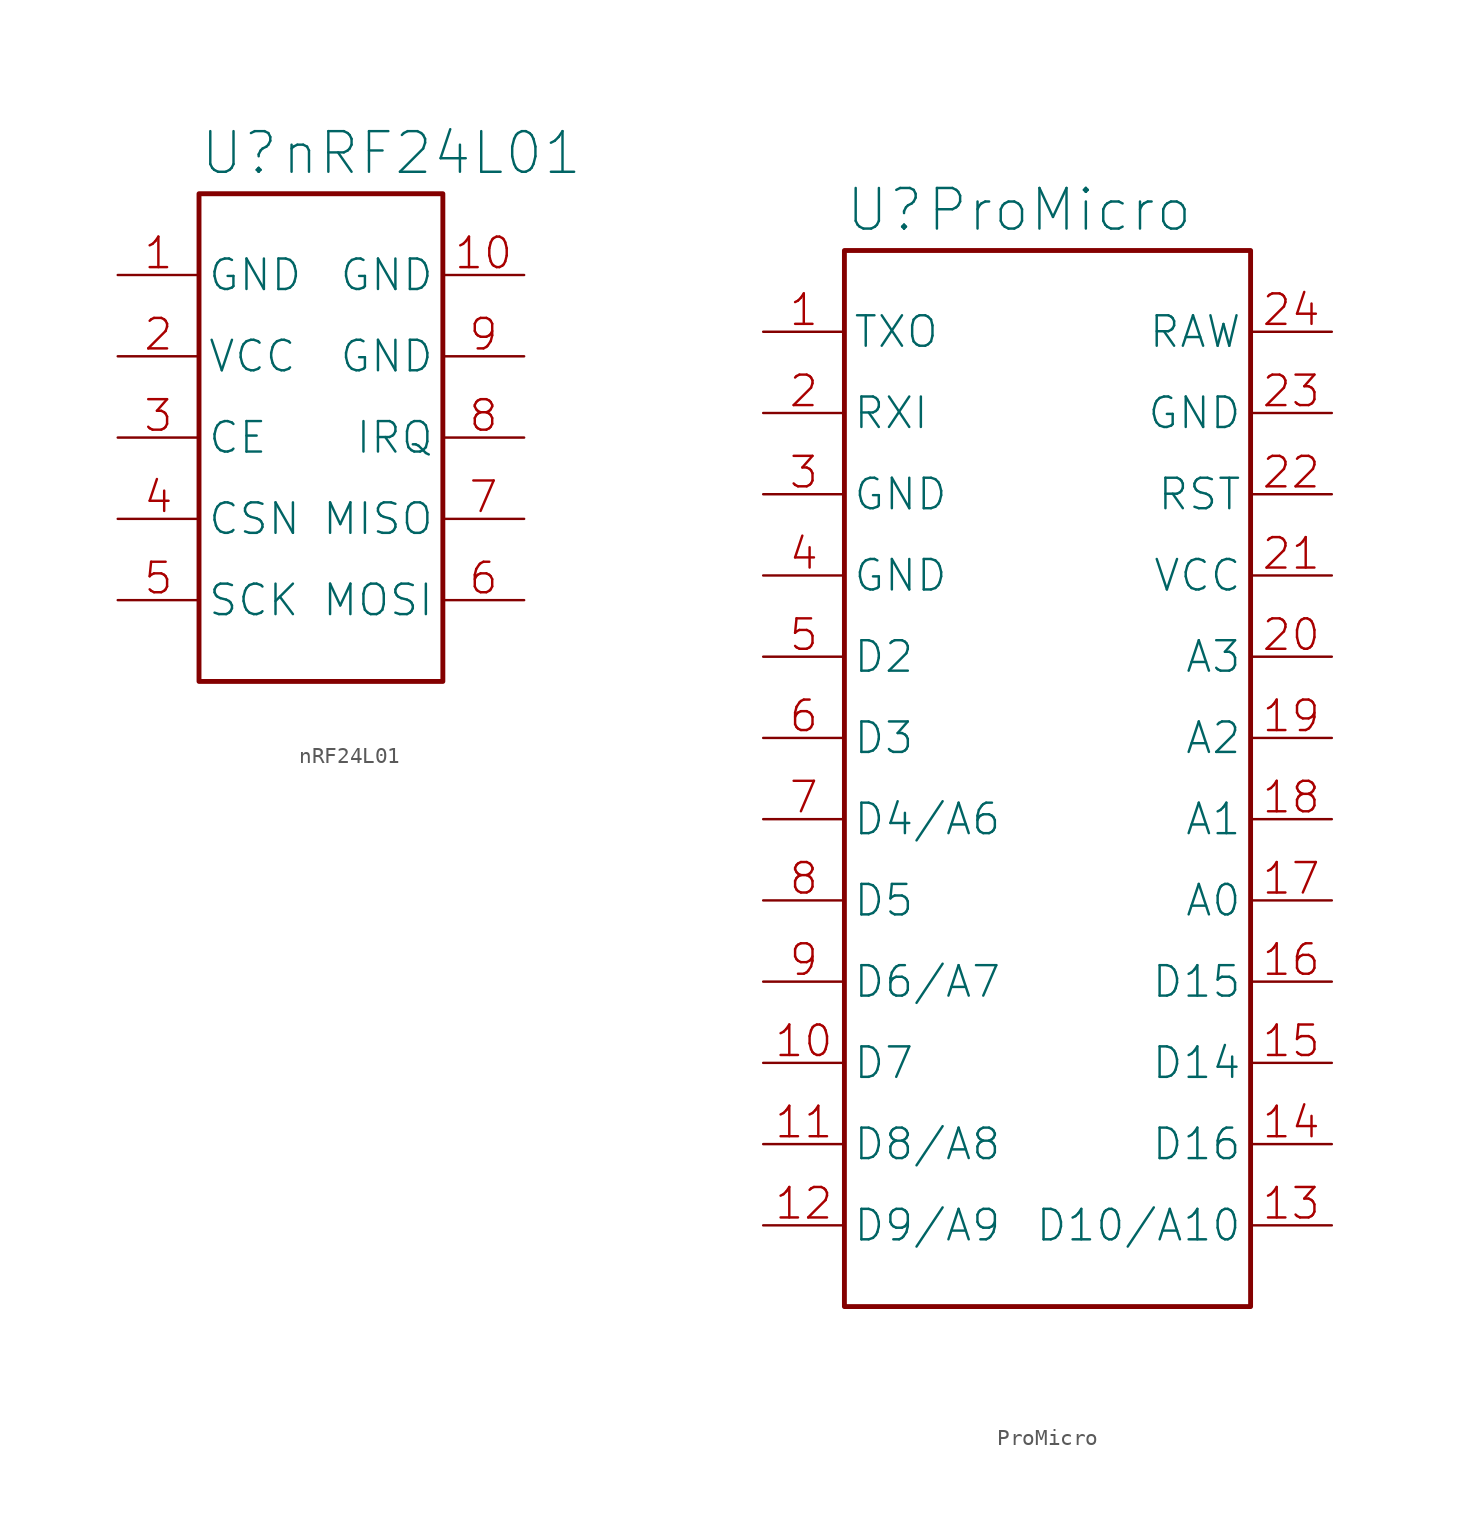
<source format=kicad_sym>
(kicad_symbol_lib
  (version 20211014)
  (generator kicad_symbol_editor)
  (symbol "nRF24L01"
    (property "Reference" "U"
      (at -7.62 15.24 0)
      (effects (font (size 2.54 2.54)) (justify left)))
    (property "Value" "nRF24L01"
      (at -2.54 15.24 0)
      (effects (font (size 2.54 2.54)) (justify left)))
    (symbol "nRF24L01_0_1"
      (rectangle (start -7.62 12.7) (end 7.62 -17.78) (stroke (width 0.305) (type default) (color 0 0 0 0)) (fill (type none))))
    (symbol "nRF24L01_1_1"
      (pin passive line (at -12.7 7.62 0) (length 5.08) (name "GND" (effects (font (size 1.905 1.905)))) (number "1" (effects (font (size 1.905 1.905)))))
      (pin passive line (at 12.7 7.62 180) (length 5.08) (name "GND" (effects (font (size 1.905 1.905)))) (number "10" (effects (font (size 1.905 1.905)))))
      (pin passive line (at -12.7 2.54 0) (length 5.08) (name "VCC" (effects (font (size 1.905 1.905)))) (number "2" (effects (font (size 1.905 1.905)))))
      (pin passive line (at -12.7 -2.54 0) (length 5.08) (name "CE" (effects (font (size 1.905 1.905)))) (number "3" (effects (font (size 1.905 1.905)))))
      (pin passive line (at -12.7 -7.62 0) (length 5.08) (name "CSN" (effects (font (size 1.905 1.905)))) (number "4" (effects (font (size 1.905 1.905)))))
      (pin passive line (at -12.7 -12.7 0) (length 5.08) (name "SCK" (effects (font (size 1.905 1.905)))) (number "5" (effects (font (size 1.905 1.905)))))
      (pin passive line (at 12.7 -12.7 180) (length 5.08) (name "MOSI" (effects (font (size 1.905 1.905)))) (number "6" (effects (font (size 1.905 1.905)))))
      (pin passive line (at 12.7 -7.62 180) (length 5.08) (name "MISO" (effects (font (size 1.905 1.905)))) (number "7" (effects (font (size 1.905 1.905)))))
      (pin passive line (at 12.7 -2.54 180) (length 5.08) (name "IRQ" (effects (font (size 1.905 1.905)))) (number "8" (effects (font (size 1.905 1.905)))))
      (pin passive line (at 12.7 2.54 180) (length 5.08) (name "GND" (effects (font (size 1.905 1.905)))) (number "9" (effects (font (size 1.905 1.905)))))))
  (symbol "ProMicro"
    (property "Reference" "U"
      (at -12.7 35.56 0)
      (effects (font (size 2.54 2.54)) (justify left)))
    (property "Value" "ProMicro"
      (at -7.62 35.56 0)
      (effects (font (size 2.54 2.54)) (justify left)))
    (symbol "ProMicro_0_1"
      (rectangle (start -12.7 33.02) (end 12.7 -33.02) (stroke (width 0.305) (type default) (color 0 0 0 0)) (fill (type none))))
    (symbol "ProMicro_1_1"
      (pin passive line (at -17.78 27.94 0) (length 5.08) (name "TXO" (effects (font (size 1.905 1.905)))) (number "1" (effects (font (size 1.905 1.905)))))
      (pin passive line (at -17.78 -17.78 0) (length 5.08) (name "D7" (effects (font (size 1.905 1.905)))) (number "10" (effects (font (size 1.905 1.905)))))
      (pin passive line (at -17.78 -22.86 0) (length 5.08) (name "D8/A8" (effects (font (size 1.905 1.905)))) (number "11" (effects (font (size 1.905 1.905)))))
      (pin passive line (at -17.78 -27.94 0) (length 5.08) (name "D9/A9" (effects (font (size 1.905 1.905)))) (number "12" (effects (font (size 1.905 1.905)))))
      (pin passive line (at 17.78 -27.94 180) (length 5.08) (name "D10/A10" (effects (font (size 1.905 1.905)))) (number "13" (effects (font (size 1.905 1.905)))))
      (pin passive line (at 17.78 -22.86 180) (length 5.08) (name "D16" (effects (font (size 1.905 1.905)))) (number "14" (effects (font (size 1.905 1.905)))))
      (pin passive line (at 17.78 -17.78 180) (length 5.08) (name "D14" (effects (font (size 1.905 1.905)))) (number "15" (effects (font (size 1.905 1.905)))))
      (pin passive line (at 17.78 -12.7 180) (length 5.08) (name "D15" (effects (font (size 1.905 1.905)))) (number "16" (effects (font (size 1.905 1.905)))))
      (pin passive line (at 17.78 -7.62 180) (length 5.08) (name "A0" (effects (font (size 1.905 1.905)))) (number "17" (effects (font (size 1.905 1.905)))))
      (pin passive line (at 17.78 -2.54 180) (length 5.08) (name "A1" (effects (font (size 1.905 1.905)))) (number "18" (effects (font (size 1.905 1.905)))))
      (pin passive line (at 17.78 2.54 180) (length 5.08) (name "A2" (effects (font (size 1.905 1.905)))) (number "19" (effects (font (size 1.905 1.905)))))
      (pin passive line (at -17.78 22.86 0) (length 5.08) (name "RXI" (effects (font (size 1.905 1.905)))) (number "2" (effects (font (size 1.905 1.905)))))
      (pin passive line (at 17.78 7.62 180) (length 5.08) (name "A3" (effects (font (size 1.905 1.905)))) (number "20" (effects (font (size 1.905 1.905)))))
      (pin passive line (at 17.78 12.7 180) (length 5.08) (name "VCC" (effects (font (size 1.905 1.905)))) (number "21" (effects (font (size 1.905 1.905)))))
      (pin passive line (at 17.78 17.78 180) (length 5.08) (name "RST" (effects (font (size 1.905 1.905)))) (number "22" (effects (font (size 1.905 1.905)))))
      (pin passive line (at 17.78 22.86 180) (length 5.08) (name "GND" (effects (font (size 1.905 1.905)))) (number "23" (effects (font (size 1.905 1.905)))))
      (pin passive line (at 17.78 27.94 180) (length 5.08) (name "RAW" (effects (font (size 1.905 1.905)))) (number "24" (effects (font (size 1.905 1.905)))))
      (pin passive line (at -17.78 17.78 0) (length 5.08) (name "GND" (effects (font (size 1.905 1.905)))) (number "3" (effects (font (size 1.905 1.905)))))
      (pin passive line (at -17.78 12.7 0) (length 5.08) (name "GND" (effects (font (size 1.905 1.905)))) (number "4" (effects (font (size 1.905 1.905)))))
      (pin passive line (at -17.78 7.62 0) (length 5.08) (name "D2" (effects (font (size 1.905 1.905)))) (number "5" (effects (font (size 1.905 1.905)))))
      (pin passive line (at -17.78 2.54 0) (length 5.08) (name "D3" (effects (font (size 1.905 1.905)))) (number "6" (effects (font (size 1.905 1.905)))))
      (pin passive line (at -17.78 -2.54 0) (length 5.08) (name "D4/A6" (effects (font (size 1.905 1.905)))) (number "7" (effects (font (size 1.905 1.905)))))
      (pin passive line (at -17.78 -7.62 0) (length 5.08) (name "D5" (effects (font (size 1.905 1.905)))) (number "8" (effects (font (size 1.905 1.905)))))
      (pin passive line (at -17.78 -12.7 0) (length 5.08) (name "D6/A7" (effects (font (size 1.905 1.905)))) (number "9" (effects (font (size 1.905 1.905))))))))
</source>
